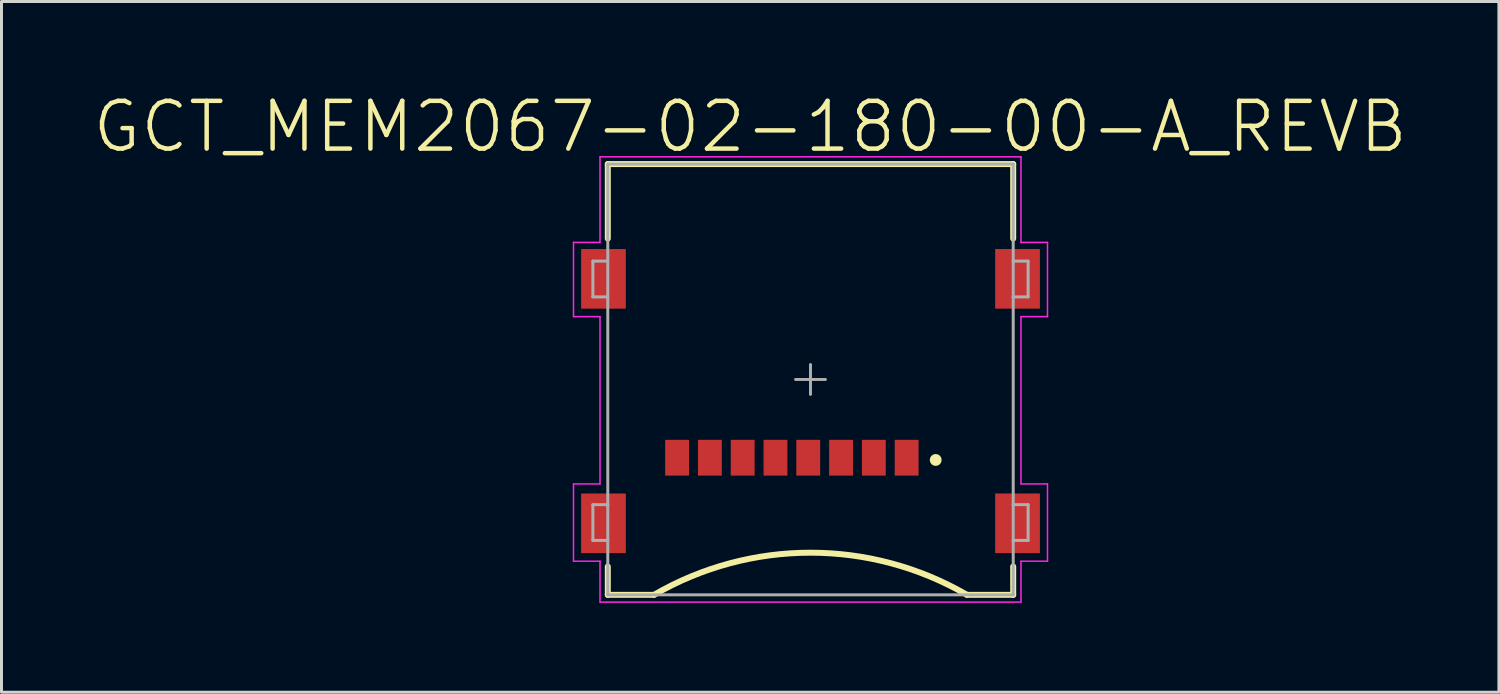
<source format=kicad_pcb>
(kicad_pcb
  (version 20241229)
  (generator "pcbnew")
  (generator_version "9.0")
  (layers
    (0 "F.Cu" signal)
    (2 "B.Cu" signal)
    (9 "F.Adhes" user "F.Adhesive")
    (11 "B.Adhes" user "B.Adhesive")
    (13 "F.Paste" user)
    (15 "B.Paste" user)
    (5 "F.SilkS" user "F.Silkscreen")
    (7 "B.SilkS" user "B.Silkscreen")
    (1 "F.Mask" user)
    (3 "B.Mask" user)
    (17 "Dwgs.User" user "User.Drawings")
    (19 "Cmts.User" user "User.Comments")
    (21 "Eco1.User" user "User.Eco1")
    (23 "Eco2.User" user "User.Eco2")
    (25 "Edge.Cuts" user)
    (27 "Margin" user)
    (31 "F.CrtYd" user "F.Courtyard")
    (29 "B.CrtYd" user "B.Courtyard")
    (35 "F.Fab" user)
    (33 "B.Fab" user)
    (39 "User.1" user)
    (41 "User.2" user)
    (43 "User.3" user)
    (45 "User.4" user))
  (footprint "GCT_MEM2067-02-180-00-A_REVB"
    (layer "F.Cu")
    (at 24.138 9.679)
    (property "Reference" "GCT_MEM2067-02-180-00-A_REVB" (at -2.023 -8.478 0) (layer "F.SilkS") (effects (font (size 1.602 1.602) (thickness 0.15))))
    (attr smd)
    (fp_line (start -6.8 -7.225) (end 6.8 -7.225) (stroke (width 0.2) (type solid)) (layer "F.SilkS"))
    (fp_line (start -6.8 -4.725) (end -6.8 -7.225) (stroke (width 0.2) (type solid)) (layer "F.SilkS"))
    (fp_line (start -6.8 7.225) (end -6.8 6.275) (stroke (width 0.2) (type solid)) (layer "F.SilkS"))
    (fp_line (start -6.8 7.225) (end -5.25 7.225) (stroke (width 0.2) (type solid)) (layer "F.SilkS"))
    (fp_line (start 5.25 7.225) (end 6.8 7.225) (stroke (width 0.2) (type solid)) (layer "F.SilkS"))
    (fp_line (start 6.8 -4.725) (end 6.8 -7.225) (stroke (width 0.2) (type solid)) (layer "F.SilkS"))
    (fp_line (start 6.8 7.225) (end 6.8 6.275) (stroke (width 0.2) (type solid)) (layer "F.SilkS"))
    (fp_arc (start -5.25 7.225) (mid 0 5.810899) (end 5.25 7.225) (stroke (width 0.2) (type solid)) (layer "F.SilkS"))
    (fp_circle (center 4.2 2.7) (end 4.3 2.7) (stroke (width 0.2) (type solid)) (fill no) (layer "F.SilkS"))
    (fp_line (start -7.95 -4.597) (end -7.061 -4.597) (stroke (width 0.05) (type solid)) (layer "F.CrtYd"))
    (fp_line (start -7.95 -2.108) (end -7.95 -4.597) (stroke (width 0.05) (type solid)) (layer "F.CrtYd"))
    (fp_line (start -7.95 -2.108) (end -7.061 -2.108) (stroke (width 0.05) (type solid)) (layer "F.CrtYd"))
    (fp_line (start -7.95 3.505) (end -7.061 3.505) (stroke (width 0.05) (type solid)) (layer "F.CrtYd"))
    (fp_line (start -7.95 6.096) (end -7.95 3.505) (stroke (width 0.05) (type solid)) (layer "F.CrtYd"))
    (fp_line (start -7.95 6.096) (end -7.061 6.096) (stroke (width 0.05) (type solid)) (layer "F.CrtYd"))
    (fp_line (start -7.061 -7.468) (end 7.061 -7.468) (stroke (width 0.05) (type solid)) (layer "F.CrtYd"))
    (fp_line (start -7.061 -4.597) (end -7.061 -7.468) (stroke (width 0.05) (type solid)) (layer "F.CrtYd"))
    (fp_line (start -7.061 3.505) (end -7.061 -2.108) (stroke (width 0.05) (type solid)) (layer "F.CrtYd"))
    (fp_line (start -7.061 7.468) (end -7.061 6.096) (stroke (width 0.05) (type solid)) (layer "F.CrtYd"))
    (fp_line (start -7.061 7.468) (end 7.061 7.468) (stroke (width 0.05) (type solid)) (layer "F.CrtYd"))
    (fp_line (start 7.061 -4.597) (end 7.061 -7.468) (stroke (width 0.05) (type solid)) (layer "F.CrtYd"))
    (fp_line (start 7.061 -4.597) (end 7.95 -4.597) (stroke (width 0.05) (type solid)) (layer "F.CrtYd"))
    (fp_line (start 7.061 -2.108) (end 7.95 -2.108) (stroke (width 0.05) (type solid)) (layer "F.CrtYd"))
    (fp_line (start 7.061 3.505) (end 7.061 -2.108) (stroke (width 0.05) (type solid)) (layer "F.CrtYd"))
    (fp_line (start 7.061 3.505) (end 7.95 3.505) (stroke (width 0.05) (type solid)) (layer "F.CrtYd"))
    (fp_line (start 7.061 6.096) (end 7.95 6.096) (stroke (width 0.05) (type solid)) (layer "F.CrtYd"))
    (fp_line (start 7.061 7.468) (end 7.061 6.096) (stroke (width 0.05) (type solid)) (layer "F.CrtYd"))
    (fp_line (start 7.95 -2.108) (end 7.95 -4.597) (stroke (width 0.05) (type solid)) (layer "F.CrtYd"))
    (fp_line (start 7.95 6.096) (end 7.95 3.505) (stroke (width 0.05) (type solid)) (layer "F.CrtYd"))
    (fp_line (start -7.3 -3.97) (end -6.8 -3.97) (stroke (width 0.1) (type solid)) (layer "F.Fab"))
    (fp_line (start -7.3 -2.77) (end -7.3 -3.97) (stroke (width 0.1) (type solid)) (layer "F.Fab"))
    (fp_line (start -7.3 -2.77) (end -6.8 -2.77) (stroke (width 0.1) (type solid)) (layer "F.Fab"))
    (fp_line (start -7.3 4.2) (end -6.8 4.2) (stroke (width 0.1) (type solid)) (layer "F.Fab"))
    (fp_line (start -7.3 5.4) (end -7.3 4.2) (stroke (width 0.1) (type solid)) (layer "F.Fab"))
    (fp_line (start -7.3 5.4) (end -6.8 5.4) (stroke (width 0.1) (type solid)) (layer "F.Fab"))
    (fp_line (start -6.8 -7.225) (end 6.8 -7.225) (stroke (width 0.1) (type solid)) (layer "F.Fab"))
    (fp_line (start -6.8 4.2) (end -6.8 -7.225) (stroke (width 0.1) (type solid)) (layer "F.Fab"))
    (fp_line (start -6.8 5.4) (end -6.8 4.2) (stroke (width 0.1) (type solid)) (layer "F.Fab"))
    (fp_line (start -6.8 7.225) (end -6.8 5.4) (stroke (width 0.1) (type solid)) (layer "F.Fab"))
    (fp_line (start -6.8 7.225) (end 6.8 7.225) (stroke (width 0.1) (type solid)) (layer "F.Fab"))
    (fp_line (start -0.5 0) (end 0.5 0) (stroke (width 0.1) (type solid)) (layer "F.Fab"))
    (fp_line (start 0 0.5) (end 0 -0.5) (stroke (width 0.1) (type solid)) (layer "F.Fab"))
    (fp_line (start 6.8 -3.97) (end 6.8 -7.225) (stroke (width 0.1) (type solid)) (layer "F.Fab"))
    (fp_line (start 6.8 -3.97) (end 7.3 -3.97) (stroke (width 0.1) (type solid)) (layer "F.Fab"))
    (fp_line (start 6.8 -2.77) (end 6.8 -3.97) (stroke (width 0.1) (type solid)) (layer "F.Fab"))
    (fp_line (start 6.8 -2.77) (end 7.3 -2.77) (stroke (width 0.1) (type solid)) (layer "F.Fab"))
    (fp_line (start 6.8 4.2) (end 6.8 -2.77) (stroke (width 0.1) (type solid)) (layer "F.Fab"))
    (fp_line (start 6.8 4.2) (end 7.3 4.2) (stroke (width 0.1) (type solid)) (layer "F.Fab"))
    (fp_line (start 6.8 5.4) (end 6.8 4.2) (stroke (width 0.1) (type solid)) (layer "F.Fab"))
    (fp_line (start 6.8 5.4) (end 7.3 5.4) (stroke (width 0.1) (type solid)) (layer "F.Fab"))
    (fp_line (start 6.8 7.225) (end 6.8 5.4) (stroke (width 0.1) (type solid)) (layer "F.Fab"))
    (fp_line (start 7.3 -2.77) (end 7.3 -3.97) (stroke (width 0.1) (type solid)) (layer "F.Fab"))
    (fp_line (start 7.3 5.4) (end 7.3 4.2) (stroke (width 0.1) (type solid)) (layer "F.Fab"))
    (pad "1" smd rect (at 3.225 2.625) (size 0.8 1.2) (layers "F.Cu" "F.Mask" "F.Paste"))
    (pad "2" smd rect (at 2.125 2.625) (size 0.8 1.2) (layers "F.Cu" "F.Mask" "F.Paste"))
    (pad "3" smd rect (at 1.025 2.625) (size 0.8 1.2) (layers "F.Cu" "F.Mask" "F.Paste"))
    (pad "4" smd rect (at -0.075 2.625) (size 0.8 1.2) (layers "F.Cu" "F.Mask" "F.Paste"))
    (pad "5" smd rect (at -1.175 2.625) (size 0.8 1.2) (layers "F.Cu" "F.Mask" "F.Paste"))
    (pad "6" smd rect (at -2.275 2.625) (size 0.8 1.2) (layers "F.Cu" "F.Mask" "F.Paste"))
    (pad "7" smd rect (at -3.375 2.625) (size 0.8 1.2) (layers "F.Cu" "F.Mask" "F.Paste"))
    (pad "8" smd rect (at -4.475 2.625) (size 0.8 1.2) (layers "F.Cu" "F.Mask" "F.Paste"))
    (pad "9" smd rect (at -6.945 4.825) (size 1.5 2) (layers "F.Cu" "F.Mask" "F.Paste"))
    (pad "10" smd rect (at -6.945 -3.375) (size 1.5 2) (layers "F.Cu" "F.Mask" "F.Paste"))
    (pad "11" smd rect (at 6.945 -3.375) (size 1.5 2) (layers "F.Cu" "F.Mask" "F.Paste"))
    (pad "12" smd rect (at 6.945 4.825) (size 1.5 2) (layers "F.Cu" "F.Mask" "F.Paste"))
    (zone (net_name "") (layer "F.Cu") (hatch full 0.508) (connect_pads) (min_thickness 0.01) (filled_areas_thickness no) (keepout (tracks not_allowed) (vias not_allowed) (pads not_allowed) (copperpour not_allowed) (footprints allowed)) (placement (enabled no)) (fill) (polygon (pts (xy 18.984 3.854) (xy 27.988 3.854) (xy 27.988 6.651) (xy 18.984 6.651)))))
  (gr_rect
    (start -3 -3)
    (end 47.231 20.171)
    (stroke (width 0.1) (type default))
    (fill no)
    (layer "Edge.Cuts")))
</source>
